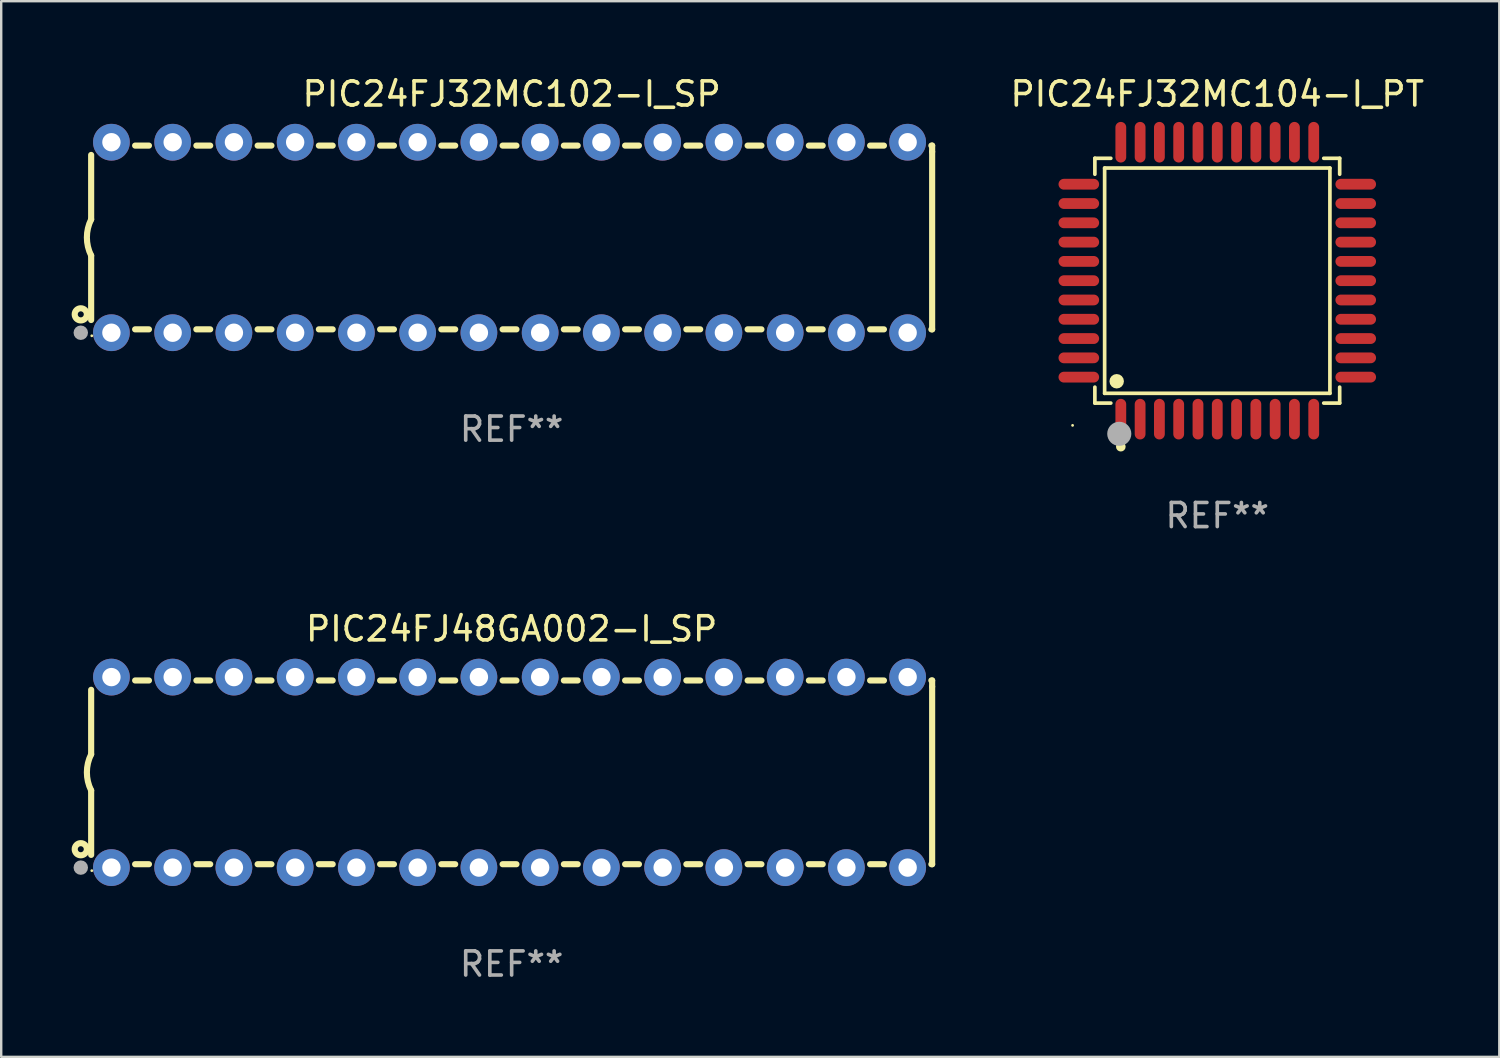
<source format=kicad_pcb>
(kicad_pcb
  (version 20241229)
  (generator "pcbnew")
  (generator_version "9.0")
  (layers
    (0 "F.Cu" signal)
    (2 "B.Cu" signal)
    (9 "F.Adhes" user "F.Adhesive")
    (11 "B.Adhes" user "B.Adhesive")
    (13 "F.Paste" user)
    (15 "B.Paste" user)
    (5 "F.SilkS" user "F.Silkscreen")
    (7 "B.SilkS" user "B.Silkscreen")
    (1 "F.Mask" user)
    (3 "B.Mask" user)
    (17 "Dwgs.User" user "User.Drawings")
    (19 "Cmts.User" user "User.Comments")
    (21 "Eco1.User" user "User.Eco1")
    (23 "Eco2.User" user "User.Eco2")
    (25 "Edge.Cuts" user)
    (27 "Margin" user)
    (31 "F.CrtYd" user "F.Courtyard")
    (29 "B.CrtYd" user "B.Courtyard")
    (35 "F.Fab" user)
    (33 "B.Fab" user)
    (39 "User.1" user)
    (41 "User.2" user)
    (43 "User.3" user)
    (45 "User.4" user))
  (footprint "PIC24FJ32MC102-I_SP"
    (layer "F.Cu")
    (at 18.168 6.798)
    (property "Reference" "PIC24FJ32MC102-I_SP" (at 0 -5.95 0) (layer "F.SilkS") (effects (font (size 1 1) (thickness 0.15))))
    (attr through_hole)
    (fp_line (start -17.438 0.75) (end -17.438 3.423) (stroke (width 0.254) (type solid)) (layer "F.SilkS"))
    (fp_line (start -17.438 -3.423) (end -17.438 -0.75) (stroke (width 0.254) (type solid)) (layer "F.SilkS"))
    (fp_line (start -15.615 3.81) (end -15.041 3.81) (stroke (width 0.254) (type solid)) (layer "F.SilkS"))
    (fp_line (start -15.041 -3.81) (end -15.614 -3.81) (stroke (width 0.254) (type solid)) (layer "F.SilkS"))
    (fp_line (start -13.075 3.81) (end -12.501 3.81) (stroke (width 0.254) (type solid)) (layer "F.SilkS"))
    (fp_line (start -12.501 -3.81) (end -13.074 -3.81) (stroke (width 0.254) (type solid)) (layer "F.SilkS"))
    (fp_line (start -10.535 3.81) (end -9.961 3.81) (stroke (width 0.254) (type solid)) (layer "F.SilkS"))
    (fp_line (start -9.961 -3.81) (end -10.534 -3.81) (stroke (width 0.254) (type solid)) (layer "F.SilkS"))
    (fp_line (start -7.995 3.81) (end -7.421 3.81) (stroke (width 0.254) (type solid)) (layer "F.SilkS"))
    (fp_line (start -7.421 -3.81) (end -7.995 -3.81) (stroke (width 0.254) (type solid)) (layer "F.SilkS"))
    (fp_line (start -5.455 3.81) (end -4.881 3.81) (stroke (width 0.254) (type solid)) (layer "F.SilkS"))
    (fp_line (start -4.881 -3.81) (end -5.455 -3.81) (stroke (width 0.254) (type solid)) (layer "F.SilkS"))
    (fp_line (start -2.915 3.81) (end -2.341 3.81) (stroke (width 0.254) (type solid)) (layer "F.SilkS"))
    (fp_line (start -2.341 -3.81) (end -2.915 -3.81) (stroke (width 0.254) (type solid)) (layer "F.SilkS"))
    (fp_line (start -0.375 3.81) (end 0.199 3.81) (stroke (width 0.254) (type solid)) (layer "F.SilkS"))
    (fp_line (start 0.199 -3.81) (end -0.375 -3.81) (stroke (width 0.254) (type solid)) (layer "F.SilkS"))
    (fp_line (start 2.165 3.81) (end 2.739 3.81) (stroke (width 0.254) (type solid)) (layer "F.SilkS"))
    (fp_line (start 2.739 -3.81) (end 2.165 -3.81) (stroke (width 0.254) (type solid)) (layer "F.SilkS"))
    (fp_line (start 4.705 3.81) (end 5.279 3.81) (stroke (width 0.254) (type solid)) (layer "F.SilkS"))
    (fp_line (start 5.279 -3.81) (end 4.705 -3.81) (stroke (width 0.254) (type solid)) (layer "F.SilkS"))
    (fp_line (start 7.245 3.81) (end 7.819 3.81) (stroke (width 0.254) (type solid)) (layer "F.SilkS"))
    (fp_line (start 7.819 -3.81) (end 7.245 -3.81) (stroke (width 0.254) (type solid)) (layer "F.SilkS"))
    (fp_line (start 9.785 3.81) (end 10.359 3.81) (stroke (width 0.254) (type solid)) (layer "F.SilkS"))
    (fp_line (start 10.359 -3.81) (end 9.785 -3.81) (stroke (width 0.254) (type solid)) (layer "F.SilkS"))
    (fp_line (start 12.325 3.81) (end 12.899 3.81) (stroke (width 0.254) (type solid)) (layer "F.SilkS"))
    (fp_line (start 12.899 -3.81) (end 12.325 -3.81) (stroke (width 0.254) (type solid)) (layer "F.SilkS"))
    (fp_line (start 14.865 3.81) (end 15.439 3.81) (stroke (width 0.254) (type solid)) (layer "F.SilkS"))
    (fp_line (start 15.439 -3.81) (end 14.865 -3.81) (stroke (width 0.254) (type solid)) (layer "F.SilkS"))
    (fp_line (start 17.405 3.81) (end 17.438 3.81) (stroke (width 0.254) (type solid)) (layer "F.SilkS"))
    (fp_line (start 17.438 -3.81) (end 17.405 -3.81) (stroke (width 0.254) (type solid)) (layer "F.SilkS"))
    (fp_line (start 17.438 -3.556) (end 17.438 -3.81) (stroke (width 0.254) (type solid)) (layer "F.SilkS"))
    (fp_line (start 17.438 3.81) (end 17.438 -3.556) (stroke (width 0.254) (type solid)) (layer "F.SilkS"))
    (fp_arc (start -17.437986 0.749657) (mid -17.614887 -0.000024) (end -17.437783 -0.749657) (stroke (width 0.254001) (type solid)) (layer "F.SilkS"))
    (fp_circle (center -17.868 3.188) (end -17.743 3.188) (stroke (width 0.254) (type solid)) (fill no) (layer "F.SilkS"))
    (fp_circle (center -17.411 4.077) (end -17.381 4.077) (stroke (width 0.06) (type solid)) (fill no) (layer "F.SilkS"))
    (fp_circle (center -17.868 3.95) (end -17.718 3.95) (stroke (width 0.3) (type solid)) (fill no) (layer "F.Fab"))
    (fp_text user "REF**" (at 0 7.95 0) (layer "F.Fab") (effects (font (size 1 1) (thickness 0.15))))
    (pad "1" thru_hole circle (at -16.598 3.95) (size 1.524 1.524) (drill 0.762) (layers "*.Cu" "*.Mask"))
    (pad "2" thru_hole circle (at -14.058 3.95) (size 1.524 1.524) (drill 0.762) (layers "*.Cu" "*.Mask"))
    (pad "3" thru_hole circle (at -11.518 3.95) (size 1.524 1.524) (drill 0.762) (layers "*.Cu" "*.Mask"))
    (pad "4" thru_hole circle (at -8.978 3.95) (size 1.524 1.524) (drill 0.762) (layers "*.Cu" "*.Mask"))
    (pad "5" thru_hole circle (at -6.438 3.95) (size 1.524 1.524) (drill 0.762) (layers "*.Cu" "*.Mask"))
    (pad "6" thru_hole circle (at -3.898 3.95) (size 1.524 1.524) (drill 0.762) (layers "*.Cu" "*.Mask"))
    (pad "7" thru_hole circle (at -1.358 3.95) (size 1.524 1.524) (drill 0.762) (layers "*.Cu" "*.Mask"))
    (pad "8" thru_hole circle (at 1.182 3.95) (size 1.524 1.524) (drill 0.762) (layers "*.Cu" "*.Mask"))
    (pad "9" thru_hole circle (at 3.722 3.95) (size 1.524 1.524) (drill 0.762) (layers "*.Cu" "*.Mask"))
    (pad "10" thru_hole circle (at 6.262 3.95) (size 1.524 1.524) (drill 0.762) (layers "*.Cu" "*.Mask"))
    (pad "11" thru_hole circle (at 8.802 3.95) (size 1.524 1.524) (drill 0.762) (layers "*.Cu" "*.Mask"))
    (pad "12" thru_hole circle (at 11.342 3.95) (size 1.524 1.524) (drill 0.762) (layers "*.Cu" "*.Mask"))
    (pad "13" thru_hole circle (at 13.882 3.95) (size 1.524 1.524) (drill 0.762) (layers "*.Cu" "*.Mask"))
    (pad "14" thru_hole circle (at 16.422 3.95) (size 1.524 1.524) (drill 0.762) (layers "*.Cu" "*.Mask"))
    (pad "15" thru_hole circle (at 16.422 -3.95) (size 1.524 1.524) (drill 0.762) (layers "*.Cu" "*.Mask"))
    (pad "16" thru_hole circle (at 13.882 -3.95) (size 1.524 1.524) (drill 0.762) (layers "*.Cu" "*.Mask"))
    (pad "17" thru_hole circle (at 11.342 -3.95) (size 1.524 1.524) (drill 0.762) (layers "*.Cu" "*.Mask"))
    (pad "18" thru_hole circle (at 8.802 -3.95) (size 1.524 1.524) (drill 0.762) (layers "*.Cu" "*.Mask"))
    (pad "19" thru_hole circle (at 6.262 -3.95) (size 1.524 1.524) (drill 0.762) (layers "*.Cu" "*.Mask"))
    (pad "20" thru_hole circle (at 3.722 -3.95) (size 1.524 1.524) (drill 0.762) (layers "*.Cu" "*.Mask"))
    (pad "21" thru_hole circle (at 1.182 -3.95) (size 1.524 1.524) (drill 0.762) (layers "*.Cu" "*.Mask"))
    (pad "22" thru_hole circle (at -1.358 -3.95) (size 1.524 1.524) (drill 0.762) (layers "*.Cu" "*.Mask"))
    (pad "23" thru_hole circle (at -3.898 -3.95) (size 1.524 1.524) (drill 0.762) (layers "*.Cu" "*.Mask"))
    (pad "24" thru_hole circle (at -6.438 -3.95) (size 1.524 1.524) (drill 0.762) (layers "*.Cu" "*.Mask"))
    (pad "25" thru_hole circle (at -8.978 -3.95) (size 1.524 1.524) (drill 0.762) (layers "*.Cu" "*.Mask"))
    (pad "26" thru_hole circle (at -11.517 -3.95) (size 1.524 1.524) (drill 0.762) (layers "*.Cu" "*.Mask"))
    (pad "27" thru_hole circle (at -14.057 -3.95) (size 1.524 1.524) (drill 0.762) (layers "*.Cu" "*.Mask"))
    (pad "28" thru_hole circle (at -16.597 -3.95) (size 1.524 1.524) (drill 0.762) (layers "*.Cu" "*.Mask")))
  (footprint "PIC24FJ32MC104-I_PT"
    (layer "F.Cu")
    (at 47.43 8.59)
    (property "Reference" "PIC24FJ32MC104-I_PT" (at 0 -7.742 0) (layer "F.SilkS") (effects (font (size 1 1) (thickness 0.15))))
    (attr through_hole)
    (fp_line (start -5.076 -5.076) (end -4.415 -5.076) (stroke (width 0.152) (type solid)) (layer "F.SilkS"))
    (fp_line (start -5.076 -4.415) (end -5.076 -5.076) (stroke (width 0.152) (type solid)) (layer "F.SilkS"))
    (fp_line (start -5.076 4.415) (end -5.076 5.076) (stroke (width 0.152) (type solid)) (layer "F.SilkS"))
    (fp_line (start -5.076 5.076) (end -4.415 5.076) (stroke (width 0.152) (type solid)) (layer "F.SilkS"))
    (fp_line (start -4.671 -4.671) (end 4.671 -4.671) (stroke (width 0.152) (type solid)) (layer "F.SilkS"))
    (fp_line (start -4.671 4.671) (end -4.671 -4.671) (stroke (width 0.152) (type solid)) (layer "F.SilkS"))
    (fp_line (start 4.671 -4.671) (end 4.671 4.671) (stroke (width 0.152) (type solid)) (layer "F.SilkS"))
    (fp_line (start 4.671 4.671) (end -4.671 4.671) (stroke (width 0.152) (type solid)) (layer "F.SilkS"))
    (fp_line (start 5.076 -5.076) (end 4.415 -5.076) (stroke (width 0.152) (type solid)) (layer "F.SilkS"))
    (fp_line (start 5.076 -4.415) (end 5.076 -5.076) (stroke (width 0.152) (type solid)) (layer "F.SilkS"))
    (fp_line (start 5.076 4.415) (end 5.076 5.076) (stroke (width 0.152) (type solid)) (layer "F.SilkS"))
    (fp_line (start 5.076 5.076) (end 4.415 5.076) (stroke (width 0.152) (type solid)) (layer "F.SilkS"))
    (fp_circle (center -6 6) (end -5.97 6) (stroke (width 0.06) (type solid)) (fill no) (layer "F.SilkS"))
    (fp_circle (center -4.171 4.171) (end -4.021 4.171) (stroke (width 0.3) (type solid)) (fill no) (layer "F.SilkS"))
    (fp_circle (center -4 6.884) (end -3.9 6.884) (stroke (width 0.2) (type solid)) (fill no) (layer "F.SilkS"))
    (fp_circle (center -4.064 6.35) (end -3.814 6.35) (stroke (width 0.5) (type solid)) (fill no) (layer "F.Fab"))
    (fp_text user "REF**" (at 0 9.742 0) (layer "F.Fab") (effects (font (size 1 1) (thickness 0.15))))
    (pad "1" smd oval (at -4 5.742) (size 0.448 1.684) (layers "F.Cu" "F.Mask" "F.Paste"))
    (pad "2" smd oval (at -3.2 5.742) (size 0.448 1.684) (layers "F.Cu" "F.Mask" "F.Paste"))
    (pad "3" smd oval (at -2.4 5.742) (size 0.448 1.684) (layers "F.Cu" "F.Mask" "F.Paste"))
    (pad "4" smd oval (at -1.6 5.742) (size 0.448 1.684) (layers "F.Cu" "F.Mask" "F.Paste"))
    (pad "5" smd oval (at -0.8 5.742) (size 0.448 1.684) (layers "F.Cu" "F.Mask" "F.Paste"))
    (pad "6" smd oval (at 0 5.742) (size 0.448 1.684) (layers "F.Cu" "F.Mask" "F.Paste"))
    (pad "7" smd oval (at 0.8 5.742) (size 0.448 1.684) (layers "F.Cu" "F.Mask" "F.Paste"))
    (pad "8" smd oval (at 1.6 5.742) (size 0.448 1.684) (layers "F.Cu" "F.Mask" "F.Paste"))
    (pad "9" smd oval (at 2.4 5.742) (size 0.448 1.684) (layers "F.Cu" "F.Mask" "F.Paste"))
    (pad "10" smd oval (at 3.2 5.742) (size 0.448 1.684) (layers "F.Cu" "F.Mask" "F.Paste"))
    (pad "11" smd oval (at 4 5.742) (size 0.448 1.684) (layers "F.Cu" "F.Mask" "F.Paste"))
    (pad "12" smd oval (at 5.742 4) (size 1.684 0.448) (layers "F.Cu" "F.Mask" "F.Paste"))
    (pad "13" smd oval (at 5.742 3.2) (size 1.684 0.448) (layers "F.Cu" "F.Mask" "F.Paste"))
    (pad "14" smd oval (at 5.742 2.4) (size 1.684 0.448) (layers "F.Cu" "F.Mask" "F.Paste"))
    (pad "15" smd oval (at 5.742 1.6) (size 1.684 0.448) (layers "F.Cu" "F.Mask" "F.Paste"))
    (pad "16" smd oval (at 5.742 0.8) (size 1.684 0.448) (layers "F.Cu" "F.Mask" "F.Paste"))
    (pad "17" smd oval (at 5.742 0) (size 1.684 0.448) (layers "F.Cu" "F.Mask" "F.Paste"))
    (pad "18" smd oval (at 5.742 -0.8) (size 1.684 0.448) (layers "F.Cu" "F.Mask" "F.Paste"))
    (pad "19" smd oval (at 5.742 -1.6) (size 1.684 0.448) (layers "F.Cu" "F.Mask" "F.Paste"))
    (pad "20" smd oval (at 5.742 -2.4) (size 1.684 0.448) (layers "F.Cu" "F.Mask" "F.Paste"))
    (pad "21" smd oval (at 5.742 -3.2) (size 1.684 0.448) (layers "F.Cu" "F.Mask" "F.Paste"))
    (pad "22" smd oval (at 5.742 -4) (size 1.684 0.448) (layers "F.Cu" "F.Mask" "F.Paste"))
    (pad "23" smd oval (at 4 -5.742) (size 0.448 1.684) (layers "F.Cu" "F.Mask" "F.Paste"))
    (pad "24" smd oval (at 3.2 -5.742) (size 0.448 1.684) (layers "F.Cu" "F.Mask" "F.Paste"))
    (pad "25" smd oval (at 2.4 -5.742) (size 0.448 1.684) (layers "F.Cu" "F.Mask" "F.Paste"))
    (pad "26" smd oval (at 1.6 -5.742) (size 0.448 1.684) (layers "F.Cu" "F.Mask" "F.Paste"))
    (pad "27" smd oval (at 0.8 -5.742) (size 0.448 1.684) (layers "F.Cu" "F.Mask" "F.Paste"))
    (pad "28" smd oval (at 0 -5.742) (size 0.448 1.684) (layers "F.Cu" "F.Mask" "F.Paste"))
    (pad "29" smd oval (at -0.8 -5.742) (size 0.448 1.684) (layers "F.Cu" "F.Mask" "F.Paste"))
    (pad "30" smd oval (at -1.6 -5.742) (size 0.448 1.684) (layers "F.Cu" "F.Mask" "F.Paste"))
    (pad "31" smd oval (at -2.4 -5.742) (size 0.448 1.684) (layers "F.Cu" "F.Mask" "F.Paste"))
    (pad "32" smd oval (at -3.2 -5.742) (size 0.448 1.684) (layers "F.Cu" "F.Mask" "F.Paste"))
    (pad "33" smd oval (at -4 -5.742) (size 0.448 1.684) (layers "F.Cu" "F.Mask" "F.Paste"))
    (pad "34" smd oval (at -5.742 -4) (size 1.684 0.448) (layers "F.Cu" "F.Mask" "F.Paste"))
    (pad "35" smd oval (at -5.742 -3.2) (size 1.684 0.448) (layers "F.Cu" "F.Mask" "F.Paste"))
    (pad "36" smd oval (at -5.742 -2.4) (size 1.684 0.448) (layers "F.Cu" "F.Mask" "F.Paste"))
    (pad "37" smd oval (at -5.742 -1.6) (size 1.684 0.448) (layers "F.Cu" "F.Mask" "F.Paste"))
    (pad "38" smd oval (at -5.742 -0.8) (size 1.684 0.448) (layers "F.Cu" "F.Mask" "F.Paste"))
    (pad "39" smd oval (at -5.742 0) (size 1.684 0.448) (layers "F.Cu" "F.Mask" "F.Paste"))
    (pad "40" smd oval (at -5.742 0.8) (size 1.684 0.448) (layers "F.Cu" "F.Mask" "F.Paste"))
    (pad "41" smd oval (at -5.742 1.6) (size 1.684 0.448) (layers "F.Cu" "F.Mask" "F.Paste"))
    (pad "42" smd oval (at -5.742 2.4) (size 1.684 0.448) (layers "F.Cu" "F.Mask" "F.Paste"))
    (pad "43" smd oval (at -5.742 3.2) (size 1.684 0.448) (layers "F.Cu" "F.Mask" "F.Paste"))
    (pad "44" smd oval (at -5.742 4) (size 1.684 0.448) (layers "F.Cu" "F.Mask" "F.Paste")))
  (footprint "PIC24FJ48GA002-I_SP"
    (layer "F.Cu")
    (at 18.168 28.979)
    (property "Reference" "PIC24FJ48GA002-I_SP" (at 0 -5.95 0) (layer "F.SilkS") (effects (font (size 1 1) (thickness 0.15))))
    (attr through_hole)
    (fp_line (start -17.438 0.75) (end -17.438 3.423) (stroke (width 0.254) (type solid)) (layer "F.SilkS"))
    (fp_line (start -17.438 -3.423) (end -17.438 -0.75) (stroke (width 0.254) (type solid)) (layer "F.SilkS"))
    (fp_line (start -15.615 3.81) (end -15.041 3.81) (stroke (width 0.254) (type solid)) (layer "F.SilkS"))
    (fp_line (start -15.041 -3.81) (end -15.614 -3.81) (stroke (width 0.254) (type solid)) (layer "F.SilkS"))
    (fp_line (start -13.075 3.81) (end -12.501 3.81) (stroke (width 0.254) (type solid)) (layer "F.SilkS"))
    (fp_line (start -12.501 -3.81) (end -13.074 -3.81) (stroke (width 0.254) (type solid)) (layer "F.SilkS"))
    (fp_line (start -10.535 3.81) (end -9.961 3.81) (stroke (width 0.254) (type solid)) (layer "F.SilkS"))
    (fp_line (start -9.961 -3.81) (end -10.534 -3.81) (stroke (width 0.254) (type solid)) (layer "F.SilkS"))
    (fp_line (start -7.995 3.81) (end -7.421 3.81) (stroke (width 0.254) (type solid)) (layer "F.SilkS"))
    (fp_line (start -7.421 -3.81) (end -7.995 -3.81) (stroke (width 0.254) (type solid)) (layer "F.SilkS"))
    (fp_line (start -5.455 3.81) (end -4.881 3.81) (stroke (width 0.254) (type solid)) (layer "F.SilkS"))
    (fp_line (start -4.881 -3.81) (end -5.455 -3.81) (stroke (width 0.254) (type solid)) (layer "F.SilkS"))
    (fp_line (start -2.915 3.81) (end -2.341 3.81) (stroke (width 0.254) (type solid)) (layer "F.SilkS"))
    (fp_line (start -2.341 -3.81) (end -2.915 -3.81) (stroke (width 0.254) (type solid)) (layer "F.SilkS"))
    (fp_line (start -0.375 3.81) (end 0.199 3.81) (stroke (width 0.254) (type solid)) (layer "F.SilkS"))
    (fp_line (start 0.199 -3.81) (end -0.375 -3.81) (stroke (width 0.254) (type solid)) (layer "F.SilkS"))
    (fp_line (start 2.165 3.81) (end 2.739 3.81) (stroke (width 0.254) (type solid)) (layer "F.SilkS"))
    (fp_line (start 2.739 -3.81) (end 2.165 -3.81) (stroke (width 0.254) (type solid)) (layer "F.SilkS"))
    (fp_line (start 4.705 3.81) (end 5.279 3.81) (stroke (width 0.254) (type solid)) (layer "F.SilkS"))
    (fp_line (start 5.279 -3.81) (end 4.705 -3.81) (stroke (width 0.254) (type solid)) (layer "F.SilkS"))
    (fp_line (start 7.245 3.81) (end 7.819 3.81) (stroke (width 0.254) (type solid)) (layer "F.SilkS"))
    (fp_line (start 7.819 -3.81) (end 7.245 -3.81) (stroke (width 0.254) (type solid)) (layer "F.SilkS"))
    (fp_line (start 9.785 3.81) (end 10.359 3.81) (stroke (width 0.254) (type solid)) (layer "F.SilkS"))
    (fp_line (start 10.359 -3.81) (end 9.785 -3.81) (stroke (width 0.254) (type solid)) (layer "F.SilkS"))
    (fp_line (start 12.325 3.81) (end 12.899 3.81) (stroke (width 0.254) (type solid)) (layer "F.SilkS"))
    (fp_line (start 12.899 -3.81) (end 12.325 -3.81) (stroke (width 0.254) (type solid)) (layer "F.SilkS"))
    (fp_line (start 14.865 3.81) (end 15.439 3.81) (stroke (width 0.254) (type solid)) (layer "F.SilkS"))
    (fp_line (start 15.439 -3.81) (end 14.865 -3.81) (stroke (width 0.254) (type solid)) (layer "F.SilkS"))
    (fp_line (start 17.405 3.81) (end 17.438 3.81) (stroke (width 0.254) (type solid)) (layer "F.SilkS"))
    (fp_line (start 17.438 -3.81) (end 17.405 -3.81) (stroke (width 0.254) (type solid)) (layer "F.SilkS"))
    (fp_line (start 17.438 -3.556) (end 17.438 -3.81) (stroke (width 0.254) (type solid)) (layer "F.SilkS"))
    (fp_line (start 17.438 3.81) (end 17.438 -3.556) (stroke (width 0.254) (type solid)) (layer "F.SilkS"))
    (fp_arc (start -17.437986 0.749657) (mid -17.614887 -0.000024) (end -17.437783 -0.749657) (stroke (width 0.254001) (type solid)) (layer "F.SilkS"))
    (fp_circle (center -17.868 3.188) (end -17.743 3.188) (stroke (width 0.254) (type solid)) (fill no) (layer "F.SilkS"))
    (fp_circle (center -17.411 4.077) (end -17.381 4.077) (stroke (width 0.06) (type solid)) (fill no) (layer "F.SilkS"))
    (fp_circle (center -17.868 3.95) (end -17.718 3.95) (stroke (width 0.3) (type solid)) (fill no) (layer "F.Fab"))
    (fp_text user "REF**" (at 0 7.95 0) (layer "F.Fab") (effects (font (size 1 1) (thickness 0.15))))
    (pad "1" thru_hole circle (at -16.598 3.95) (size 1.524 1.524) (drill 0.762) (layers "*.Cu" "*.Mask"))
    (pad "2" thru_hole circle (at -14.058 3.95) (size 1.524 1.524) (drill 0.762) (layers "*.Cu" "*.Mask"))
    (pad "3" thru_hole circle (at -11.518 3.95) (size 1.524 1.524) (drill 0.762) (layers "*.Cu" "*.Mask"))
    (pad "4" thru_hole circle (at -8.978 3.95) (size 1.524 1.524) (drill 0.762) (layers "*.Cu" "*.Mask"))
    (pad "5" thru_hole circle (at -6.438 3.95) (size 1.524 1.524) (drill 0.762) (layers "*.Cu" "*.Mask"))
    (pad "6" thru_hole circle (at -3.898 3.95) (size 1.524 1.524) (drill 0.762) (layers "*.Cu" "*.Mask"))
    (pad "7" thru_hole circle (at -1.358 3.95) (size 1.524 1.524) (drill 0.762) (layers "*.Cu" "*.Mask"))
    (pad "8" thru_hole circle (at 1.182 3.95) (size 1.524 1.524) (drill 0.762) (layers "*.Cu" "*.Mask"))
    (pad "9" thru_hole circle (at 3.722 3.95) (size 1.524 1.524) (drill 0.762) (layers "*.Cu" "*.Mask"))
    (pad "10" thru_hole circle (at 6.262 3.95) (size 1.524 1.524) (drill 0.762) (layers "*.Cu" "*.Mask"))
    (pad "11" thru_hole circle (at 8.802 3.95) (size 1.524 1.524) (drill 0.762) (layers "*.Cu" "*.Mask"))
    (pad "12" thru_hole circle (at 11.342 3.95) (size 1.524 1.524) (drill 0.762) (layers "*.Cu" "*.Mask"))
    (pad "13" thru_hole circle (at 13.882 3.95) (size 1.524 1.524) (drill 0.762) (layers "*.Cu" "*.Mask"))
    (pad "14" thru_hole circle (at 16.422 3.95) (size 1.524 1.524) (drill 0.762) (layers "*.Cu" "*.Mask"))
    (pad "15" thru_hole circle (at 16.422 -3.95) (size 1.524 1.524) (drill 0.762) (layers "*.Cu" "*.Mask"))
    (pad "16" thru_hole circle (at 13.882 -3.95) (size 1.524 1.524) (drill 0.762) (layers "*.Cu" "*.Mask"))
    (pad "17" thru_hole circle (at 11.342 -3.95) (size 1.524 1.524) (drill 0.762) (layers "*.Cu" "*.Mask"))
    (pad "18" thru_hole circle (at 8.802 -3.95) (size 1.524 1.524) (drill 0.762) (layers "*.Cu" "*.Mask"))
    (pad "19" thru_hole circle (at 6.262 -3.95) (size 1.524 1.524) (drill 0.762) (layers "*.Cu" "*.Mask"))
    (pad "20" thru_hole circle (at 3.722 -3.95) (size 1.524 1.524) (drill 0.762) (layers "*.Cu" "*.Mask"))
    (pad "21" thru_hole circle (at 1.182 -3.95) (size 1.524 1.524) (drill 0.762) (layers "*.Cu" "*.Mask"))
    (pad "22" thru_hole circle (at -1.358 -3.95) (size 1.524 1.524) (drill 0.762) (layers "*.Cu" "*.Mask"))
    (pad "23" thru_hole circle (at -3.898 -3.95) (size 1.524 1.524) (drill 0.762) (layers "*.Cu" "*.Mask"))
    (pad "24" thru_hole circle (at -6.438 -3.95) (size 1.524 1.524) (drill 0.762) (layers "*.Cu" "*.Mask"))
    (pad "25" thru_hole circle (at -8.978 -3.95) (size 1.524 1.524) (drill 0.762) (layers "*.Cu" "*.Mask"))
    (pad "26" thru_hole circle (at -11.517 -3.95) (size 1.524 1.524) (drill 0.762) (layers "*.Cu" "*.Mask"))
    (pad "27" thru_hole circle (at -14.057 -3.95) (size 1.524 1.524) (drill 0.762) (layers "*.Cu" "*.Mask"))
    (pad "28" thru_hole circle (at -16.597 -3.95) (size 1.524 1.524) (drill 0.762) (layers "*.Cu" "*.Mask")))
  (gr_rect
    (start -3 -3)
    (end 59.126 40.777)
    (stroke (width 0.1) (type default))
    (fill no)
    (layer "Edge.Cuts")))
</source>
